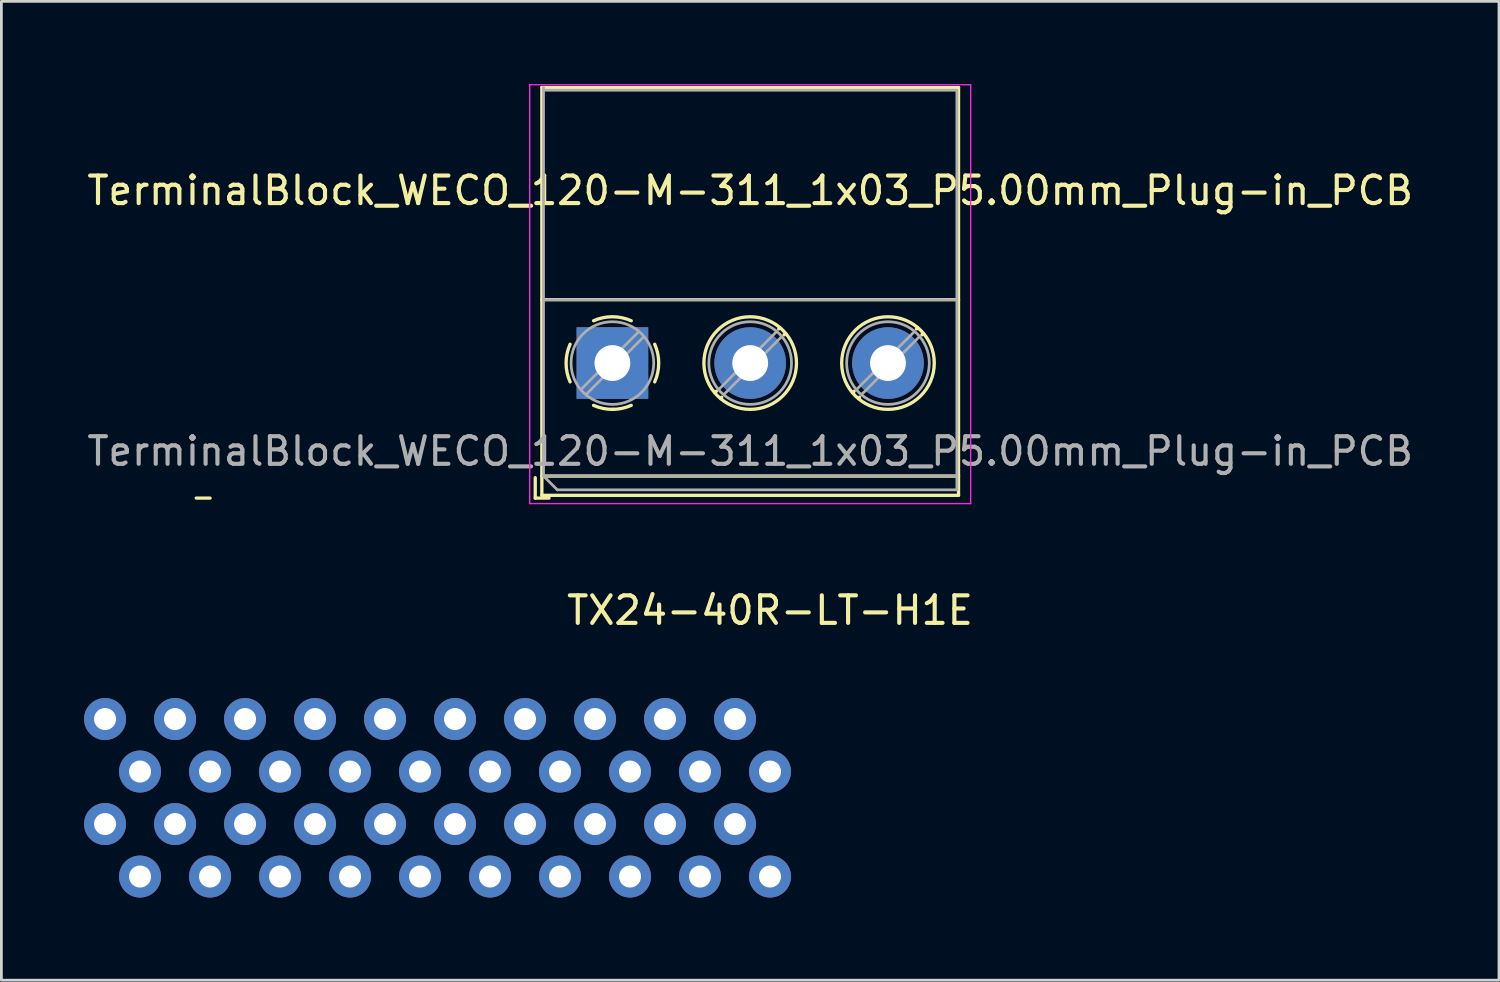
<source format=kicad_pcb>
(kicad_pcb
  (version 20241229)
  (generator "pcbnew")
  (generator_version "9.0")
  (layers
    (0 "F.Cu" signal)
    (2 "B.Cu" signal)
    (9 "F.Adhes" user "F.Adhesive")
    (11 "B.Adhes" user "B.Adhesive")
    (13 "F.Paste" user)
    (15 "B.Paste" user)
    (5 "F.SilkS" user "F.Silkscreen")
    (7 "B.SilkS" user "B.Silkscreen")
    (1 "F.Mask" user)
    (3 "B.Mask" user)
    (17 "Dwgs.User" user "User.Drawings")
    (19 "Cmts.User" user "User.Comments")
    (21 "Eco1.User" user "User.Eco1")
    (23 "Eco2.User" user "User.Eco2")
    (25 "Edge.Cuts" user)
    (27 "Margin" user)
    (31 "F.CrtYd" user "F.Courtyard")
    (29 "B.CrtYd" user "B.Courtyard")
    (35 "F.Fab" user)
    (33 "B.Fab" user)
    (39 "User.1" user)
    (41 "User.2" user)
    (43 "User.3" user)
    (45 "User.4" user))
  (footprint "TX24-40R-LT-H1E"
    (layer "F.Cu")
    (at 24.892 28.758)
    (property "Reference" "TX24-40R-LT-H1E" (at 0 -9.66 0) (layer "F.SilkS") (effects (font (size 1 1) (thickness 0.15))))
    (attr through_hole)
    (pad "1" thru_hole circle (at 0 0 180) (size 1.524 1.524) (drill 0.8) (layers "*.Cu" "*.Mask"))
    (pad "2" thru_hole circle (at -2.54 0 180) (size 1.524 1.524) (drill 0.8) (layers "*.Cu" "*.Mask"))
    (pad "3" thru_hole circle (at -5.08 0 180) (size 1.524 1.524) (drill 0.8) (layers "*.Cu" "*.Mask"))
    (pad "4" thru_hole circle (at -7.62 0 180) (size 1.524 1.524) (drill 0.8) (layers "*.Cu" "*.Mask"))
    (pad "5" thru_hole circle (at -10.16 0 180) (size 1.524 1.524) (drill 0.8) (layers "*.Cu" "*.Mask"))
    (pad "6" thru_hole circle (at -12.7 0 180) (size 1.524 1.524) (drill 0.8) (layers "*.Cu" "*.Mask"))
    (pad "7" thru_hole circle (at -15.24 0 180) (size 1.524 1.524) (drill 0.8) (layers "*.Cu" "*.Mask"))
    (pad "8" thru_hole circle (at -17.78 0 180) (size 1.524 1.524) (drill 0.8) (layers "*.Cu" "*.Mask"))
    (pad "9" thru_hole circle (at -20.32 0 180) (size 1.524 1.524) (drill 0.8) (layers "*.Cu" "*.Mask"))
    (pad "10" thru_hole circle (at -22.86 0 180) (size 1.524 1.524) (drill 0.8) (layers "*.Cu" "*.Mask"))
    (pad "11" thru_hole circle (at -1.27 -1.905 180) (size 1.524 1.524) (drill 0.8) (layers "*.Cu" "*.Mask"))
    (pad "12" thru_hole circle (at -3.81 -1.905 180) (size 1.524 1.524) (drill 0.8) (layers "*.Cu" "*.Mask"))
    (pad "13" thru_hole circle (at -6.35 -1.905 180) (size 1.524 1.524) (drill 0.8) (layers "*.Cu" "*.Mask"))
    (pad "14" thru_hole circle (at -8.89 -1.905 180) (size 1.524 1.524) (drill 0.8) (layers "*.Cu" "*.Mask"))
    (pad "15" thru_hole circle (at -11.43 -1.905 180) (size 1.524 1.524) (drill 0.8) (layers "*.Cu" "*.Mask"))
    (pad "16" thru_hole circle (at -13.97 -1.905 180) (size 1.524 1.524) (drill 0.8) (layers "*.Cu" "*.Mask"))
    (pad "17" thru_hole circle (at -16.51 -1.905 180) (size 1.524 1.524) (drill 0.8) (layers "*.Cu" "*.Mask"))
    (pad "18" thru_hole circle (at -19.05 -1.905 180) (size 1.524 1.524) (drill 0.8) (layers "*.Cu" "*.Mask"))
    (pad "19" thru_hole circle (at -21.59 -1.905 180) (size 1.524 1.524) (drill 0.8) (layers "*.Cu" "*.Mask"))
    (pad "20" thru_hole circle (at -24.13 -1.905 180) (size 1.524 1.524) (drill 0.8) (layers "*.Cu" "*.Mask"))
    (pad "21" thru_hole circle (at 0 -3.81 180) (size 1.524 1.524) (drill 0.8) (layers "*.Cu" "*.Mask"))
    (pad "22" thru_hole circle (at -2.54 -3.81 180) (size 1.524 1.524) (drill 0.8) (layers "*.Cu" "*.Mask"))
    (pad "23" thru_hole circle (at -5.08 -3.81 180) (size 1.524 1.524) (drill 0.8) (layers "*.Cu" "*.Mask"))
    (pad "24" thru_hole circle (at -7.62 -3.81 180) (size 1.524 1.524) (drill 0.8) (layers "*.Cu" "*.Mask"))
    (pad "25" thru_hole circle (at -10.16 -3.81 180) (size 1.524 1.524) (drill 0.8) (layers "*.Cu" "*.Mask"))
    (pad "26" thru_hole circle (at -12.7 -3.81 180) (size 1.524 1.524) (drill 0.8) (layers "*.Cu" "*.Mask"))
    (pad "27" thru_hole circle (at -15.24 -3.81 180) (size 1.524 1.524) (drill 0.8) (layers "*.Cu" "*.Mask"))
    (pad "28" thru_hole circle (at -17.78 -3.81 180) (size 1.524 1.524) (drill 0.8) (layers "*.Cu" "*.Mask"))
    (pad "29" thru_hole circle (at -20.32 -3.81 180) (size 1.524 1.524) (drill 0.8) (layers "*.Cu" "*.Mask"))
    (pad "30" thru_hole circle (at -22.86 -3.81 180) (size 1.524 1.524) (drill 0.8) (layers "*.Cu" "*.Mask"))
    (pad "31" thru_hole circle (at -1.27 -5.715 180) (size 1.524 1.524) (drill 0.8) (layers "*.Cu" "*.Mask"))
    (pad "32" thru_hole circle (at -3.81 -5.715 180) (size 1.524 1.524) (drill 0.8) (layers "*.Cu" "*.Mask"))
    (pad "33" thru_hole circle (at -6.35 -5.715 180) (size 1.524 1.524) (drill 0.8) (layers "*.Cu" "*.Mask"))
    (pad "34" thru_hole circle (at -8.89 -5.715 180) (size 1.524 1.524) (drill 0.8) (layers "*.Cu" "*.Mask"))
    (pad "35" thru_hole circle (at -11.43 -5.715 180) (size 1.524 1.524) (drill 0.8) (layers "*.Cu" "*.Mask"))
    (pad "36" thru_hole circle (at -13.97 -5.715 180) (size 1.524 1.524) (drill 0.8) (layers "*.Cu" "*.Mask"))
    (pad "37" thru_hole circle (at -16.51 -5.715 180) (size 1.524 1.524) (drill 0.8) (layers "*.Cu" "*.Mask"))
    (pad "38" thru_hole circle (at -19.05 -5.715 180) (size 1.524 1.524) (drill 0.8) (layers "*.Cu" "*.Mask"))
    (pad "39" thru_hole circle (at -21.59 -5.715 180) (size 1.524 1.524) (drill 0.8) (layers "*.Cu" "*.Mask"))
    (pad "40" thru_hole circle (at -24.13 -5.715 180) (size 1.524 1.524) (drill 0.8) (layers "*.Cu" "*.Mask")))
  (footprint "TerminalBlock_WECO_120-M-311_1x03_P5.00mm_Plug-in_PCB"
    (layer "F.Cu")
    (at 19.173 10.125)
    (property "Reference" "TerminalBlock_WECO_120-M-311_1x03_P5.00mm_Plug-in_PCB" (at 5 -6.26 0) (layer "F.SilkS") (effects (font (size 1 1) (thickness 0.15))))
    (attr through_hole)
    (fp_line (start -15.1 4.9) (end -14.6 4.9) (stroke (width 0.12) (type solid)) (layer "F.SilkS"))
    (fp_line (start -2.8 4.16) (end -2.8 4.9) (stroke (width 0.12) (type solid)) (layer "F.SilkS"))
    (fp_line (start -2.8 4.9) (end -2.3 4.9) (stroke (width 0.12) (type solid)) (layer "F.SilkS"))
    (fp_line (start -2.56 -10) (end -2.56 4.8) (stroke (width 0.12) (type solid)) (layer "F.SilkS"))
    (fp_line (start -2.56 -10) (end 12.56 -10) (stroke (width 0.12) (type solid)) (layer "F.SilkS"))
    (fp_line (start -2.56 -2.301) (end 12.56 -2.301) (stroke (width 0.12) (type solid)) (layer "F.SilkS"))
    (fp_line (start -2.56 4.1) (end 12.56 4.1) (stroke (width 0.12) (type solid)) (layer "F.SilkS"))
    (fp_line (start -2.56 4.8) (end 12.56 4.8) (stroke (width 0.12) (type solid)) (layer "F.SilkS"))
    (fp_line (start 3.773 1.023) (end 3.726 1.069) (stroke (width 0.12) (type solid)) (layer "F.SilkS"))
    (fp_line (start 3.966 1.239) (end 3.931 1.274) (stroke (width 0.12) (type solid)) (layer "F.SilkS"))
    (fp_line (start 6.07 -1.275) (end 6.035 -1.239) (stroke (width 0.12) (type solid)) (layer "F.SilkS"))
    (fp_line (start 6.275 -1.069) (end 6.228 -1.023) (stroke (width 0.12) (type solid)) (layer "F.SilkS"))
    (fp_line (start 8.773 1.023) (end 8.726 1.069) (stroke (width 0.12) (type solid)) (layer "F.SilkS"))
    (fp_line (start 8.966 1.239) (end 8.931 1.274) (stroke (width 0.12) (type solid)) (layer "F.SilkS"))
    (fp_line (start 11.07 -1.275) (end 11.035 -1.239) (stroke (width 0.12) (type solid)) (layer "F.SilkS"))
    (fp_line (start 11.275 -1.069) (end 11.228 -1.023) (stroke (width 0.12) (type solid)) (layer "F.SilkS"))
    (fp_line (start 12.56 -10) (end 12.56 4.8) (stroke (width 0.12) (type solid)) (layer "F.SilkS"))
    (fp_arc (start -1.535427 0.683042) (mid -1.680501 -0.000524) (end -1.535 -0.684) (stroke (width 0.12) (type solid)) (layer "F.SilkS"))
    (fp_arc (start -0.683042 -1.535427) (mid 0.000524 -1.680501) (end 0.684 -1.535) (stroke (width 0.12) (type solid)) (layer "F.SilkS"))
    (fp_arc (start 0.028805 1.680253) (mid -0.335551 1.646659) (end -0.684 1.535) (stroke (width 0.12) (type solid)) (layer "F.SilkS"))
    (fp_arc (start 0.683318 1.534756) (mid 0.349292 1.643288) (end 0 1.68) (stroke (width 0.12) (type solid)) (layer "F.SilkS"))
    (fp_arc (start 1.535427 -0.683042) (mid 1.680501 0.000524) (end 1.535 0.684) (stroke (width 0.12) (type solid)) (layer "F.SilkS"))
    (fp_circle (center 5 0) (end 6.68 0) (stroke (width 0.12) (type solid)) (fill no) (layer "F.SilkS"))
    (fp_circle (center 10 0) (end 11.68 0) (stroke (width 0.12) (type solid)) (fill no) (layer "F.SilkS"))
    (fp_line (start -3 -10.1) (end -3 5.1) (stroke (width 0.05) (type solid)) (layer "F.CrtYd"))
    (fp_line (start -3 5.1) (end 13 5.1) (stroke (width 0.05) (type solid)) (layer "F.CrtYd"))
    (fp_line (start 13 -10.1) (end -3 -10.1) (stroke (width 0.05) (type solid)) (layer "F.CrtYd"))
    (fp_line (start 13 5.1) (end 13 -10.1) (stroke (width 0.05) (type solid)) (layer "F.CrtYd"))
    (fp_line (start -2.5 -9.9) (end 12.5 -9.9) (stroke (width 0.1) (type solid)) (layer "F.Fab"))
    (fp_line (start -2.5 -2.3) (end 12.5 -2.3) (stroke (width 0.1) (type solid)) (layer "F.Fab"))
    (fp_line (start -2.5 4.1) (end -2.5 -10) (stroke (width 0.1) (type solid)) (layer "F.Fab"))
    (fp_line (start -2.5 4.1) (end 12.5 4.1) (stroke (width 0.1) (type solid)) (layer "F.Fab"))
    (fp_line (start -2 4.6) (end -2.5 4.1) (stroke (width 0.1) (type solid)) (layer "F.Fab"))
    (fp_line (start 0.955 -1.138) (end -1.138 0.955) (stroke (width 0.1) (type solid)) (layer "F.Fab"))
    (fp_line (start 1.138 -0.955) (end -0.955 1.138) (stroke (width 0.1) (type solid)) (layer "F.Fab"))
    (fp_line (start 5.955 -1.138) (end 3.863 0.955) (stroke (width 0.1) (type solid)) (layer "F.Fab"))
    (fp_line (start 6.138 -0.955) (end 4.046 1.138) (stroke (width 0.1) (type solid)) (layer "F.Fab"))
    (fp_line (start 10.955 -1.138) (end 8.863 0.955) (stroke (width 0.1) (type solid)) (layer "F.Fab"))
    (fp_line (start 11.138 -0.955) (end 9.046 1.138) (stroke (width 0.1) (type solid)) (layer "F.Fab"))
    (fp_line (start 12.5 -9.9) (end 12.5 4.6) (stroke (width 0.1) (type solid)) (layer "F.Fab"))
    (fp_line (start 12.5 4.6) (end -2 4.6) (stroke (width 0.1) (type solid)) (layer "F.Fab"))
    (fp_circle (center 0 0) (end 1.5 0) (stroke (width 0.1) (type solid)) (fill no) (layer "F.Fab"))
    (fp_circle (center 5 0) (end 6.5 0) (stroke (width 0.1) (type solid)) (fill no) (layer "F.Fab"))
    (fp_circle (center 10 0) (end 11.5 0) (stroke (width 0.1) (type solid)) (fill no) (layer "F.Fab"))
    (fp_text user "${REFERENCE}" (at 5 3.2 0) (layer "F.Fab") (effects (font (size 1 1) (thickness 0.15))))
    (pad "1" thru_hole rect (at 0 0) (size 2.6 2.6) (drill 1.3) (layers "*.Cu" "*.Mask"))
    (pad "2" thru_hole circle (at 5 0) (size 2.6 2.6) (drill 1.3) (layers "*.Cu" "*.Mask"))
    (pad "3" thru_hole circle (at 10 0) (size 2.6 2.6) (drill 1.3) (layers "*.Cu" "*.Mask")))
  (gr_rect
    (start -3 -3)
    (end 51.345 32.52)
    (stroke (width 0.1) (type default))
    (fill no)
    (layer "Edge.Cuts")))
</source>
